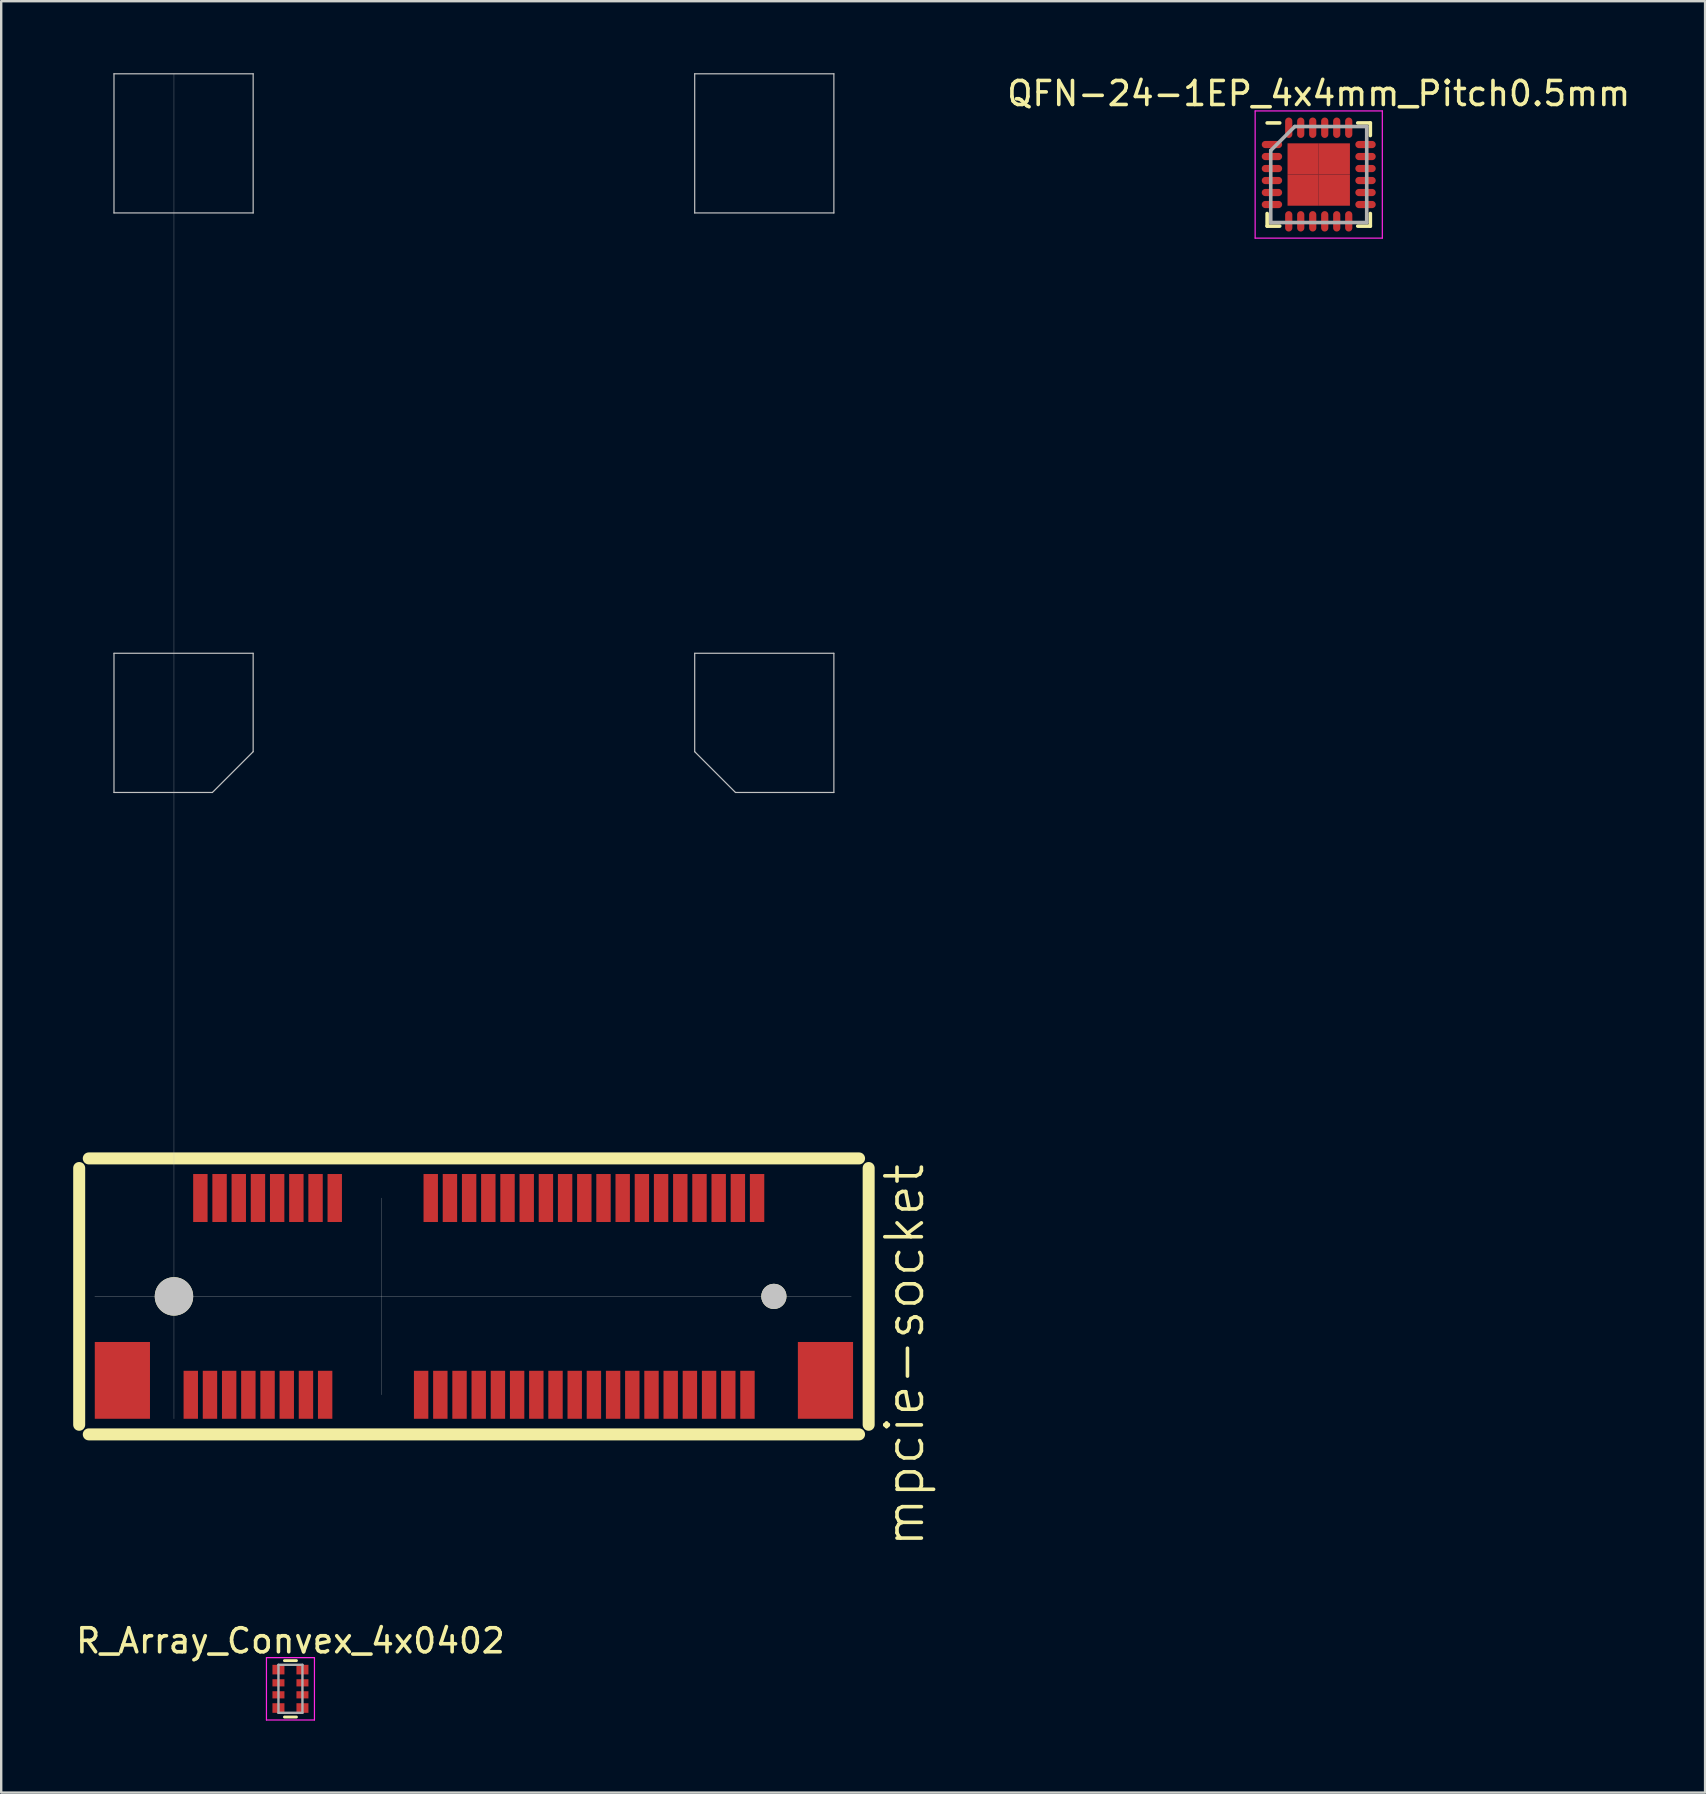
<source format=kicad_pcb>
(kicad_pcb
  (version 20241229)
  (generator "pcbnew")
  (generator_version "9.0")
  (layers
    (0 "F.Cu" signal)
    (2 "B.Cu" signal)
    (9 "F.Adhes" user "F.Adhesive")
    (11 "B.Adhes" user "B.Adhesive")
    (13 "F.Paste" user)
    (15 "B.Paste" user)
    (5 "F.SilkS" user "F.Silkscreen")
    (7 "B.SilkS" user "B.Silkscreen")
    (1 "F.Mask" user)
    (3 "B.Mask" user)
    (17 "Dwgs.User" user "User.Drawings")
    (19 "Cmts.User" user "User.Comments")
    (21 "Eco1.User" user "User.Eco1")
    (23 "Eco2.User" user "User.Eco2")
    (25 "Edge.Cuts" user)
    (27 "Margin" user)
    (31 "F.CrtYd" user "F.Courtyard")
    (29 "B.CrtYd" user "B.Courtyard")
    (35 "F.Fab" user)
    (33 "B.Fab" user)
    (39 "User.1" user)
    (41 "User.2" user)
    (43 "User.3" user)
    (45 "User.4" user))
  (footprint "QFN-24-1EP_4x4mm_Pitch0.5mm"
    (layer "F.Cu")
    (at 51.906 4.223)
    (property "Reference" "QFN-24-1EP_4x4mm_Pitch0.5mm" (at 0 -3.375 0) (layer "F.SilkS") (effects (font (size 1 1) (thickness 0.15))))
    (attr smd)
    (fp_line (start -2.15 -2.15) (end -1.625 -2.15) (stroke (width 0.15) (type solid)) (layer "F.SilkS"))
    (fp_line (start -2.15 2.15) (end -2.15 1.625) (stroke (width 0.15) (type solid)) (layer "F.SilkS"))
    (fp_line (start -2.15 2.15) (end -1.625 2.15) (stroke (width 0.15) (type solid)) (layer "F.SilkS"))
    (fp_line (start 2.15 -2.15) (end 1.625 -2.15) (stroke (width 0.15) (type solid)) (layer "F.SilkS"))
    (fp_line (start 2.15 -2.15) (end 2.15 -1.625) (stroke (width 0.15) (type solid)) (layer "F.SilkS"))
    (fp_line (start 2.15 2.15) (end 1.625 2.15) (stroke (width 0.15) (type solid)) (layer "F.SilkS"))
    (fp_line (start 2.15 2.15) (end 2.15 1.625) (stroke (width 0.15) (type solid)) (layer "F.SilkS"))
    (fp_line (start -2.65 -2.65) (end -2.65 2.65) (stroke (width 0.05) (type solid)) (layer "F.CrtYd"))
    (fp_line (start -2.65 -2.65) (end 2.65 -2.65) (stroke (width 0.05) (type solid)) (layer "F.CrtYd"))
    (fp_line (start -2.65 2.65) (end 2.65 2.65) (stroke (width 0.05) (type solid)) (layer "F.CrtYd"))
    (fp_line (start 2.65 -2.65) (end 2.65 2.65) (stroke (width 0.05) (type solid)) (layer "F.CrtYd"))
    (fp_line (start -2 -1) (end -1 -2) (stroke (width 0.15) (type solid)) (layer "F.Fab"))
    (fp_line (start -2 2) (end -2 -1) (stroke (width 0.15) (type solid)) (layer "F.Fab"))
    (fp_line (start -1 -2) (end 2 -2) (stroke (width 0.15) (type solid)) (layer "F.Fab"))
    (fp_line (start 2 -2) (end 2 2) (stroke (width 0.15) (type solid)) (layer "F.Fab"))
    (fp_line (start 2 2) (end -2 2) (stroke (width 0.15) (type solid)) (layer "F.Fab"))
    (pad "1" smd oval (at -1.95 -1.25) (size 0.85 0.3) (layers "F.Cu" "F.Mask" "F.Paste"))
    (pad "2" smd oval (at -1.95 -0.75) (size 0.85 0.3) (layers "F.Cu" "F.Mask" "F.Paste"))
    (pad "3" smd oval (at -1.95 -0.25) (size 0.85 0.3) (layers "F.Cu" "F.Mask" "F.Paste"))
    (pad "4" smd oval (at -1.95 0.25) (size 0.85 0.3) (layers "F.Cu" "F.Mask" "F.Paste"))
    (pad "5" smd oval (at -1.95 0.75) (size 0.85 0.3) (layers "F.Cu" "F.Mask" "F.Paste"))
    (pad "6" smd oval (at -1.95 1.25) (size 0.85 0.3) (layers "F.Cu" "F.Mask" "F.Paste"))
    (pad "7" smd oval (at -1.25 1.95 90) (size 0.85 0.3) (layers "F.Cu" "F.Mask" "F.Paste"))
    (pad "8" smd oval (at -0.75 1.95 90) (size 0.85 0.3) (layers "F.Cu" "F.Mask" "F.Paste"))
    (pad "9" smd oval (at -0.25 1.95 90) (size 0.85 0.3) (layers "F.Cu" "F.Mask" "F.Paste"))
    (pad "10" smd oval (at 0.25 1.95 90) (size 0.85 0.3) (layers "F.Cu" "F.Mask" "F.Paste"))
    (pad "11" smd oval (at 0.75 1.95 90) (size 0.85 0.3) (layers "F.Cu" "F.Mask" "F.Paste"))
    (pad "12" smd oval (at 1.25 1.95 90) (size 0.85 0.3) (layers "F.Cu" "F.Mask" "F.Paste"))
    (pad "13" smd oval (at 1.95 1.25) (size 0.85 0.3) (layers "F.Cu" "F.Mask" "F.Paste"))
    (pad "14" smd oval (at 1.95 0.75) (size 0.85 0.3) (layers "F.Cu" "F.Mask" "F.Paste"))
    (pad "15" smd oval (at 1.95 0.25) (size 0.85 0.3) (layers "F.Cu" "F.Mask" "F.Paste"))
    (pad "16" smd oval (at 1.95 -0.25) (size 0.85 0.3) (layers "F.Cu" "F.Mask" "F.Paste"))
    (pad "17" smd oval (at 1.95 -0.75) (size 0.85 0.3) (layers "F.Cu" "F.Mask" "F.Paste"))
    (pad "18" smd oval (at 1.95 -1.25) (size 0.85 0.3) (layers "F.Cu" "F.Mask" "F.Paste"))
    (pad "19" smd oval (at 1.25 -1.95 90) (size 0.85 0.3) (layers "F.Cu" "F.Mask" "F.Paste"))
    (pad "20" smd oval (at 0.75 -1.95 90) (size 0.85 0.3) (layers "F.Cu" "F.Mask" "F.Paste"))
    (pad "21" smd oval (at 0.25 -1.95 90) (size 0.85 0.3) (layers "F.Cu" "F.Mask" "F.Paste"))
    (pad "22" smd oval (at -0.25 -1.95 90) (size 0.85 0.3) (layers "F.Cu" "F.Mask" "F.Paste"))
    (pad "23" smd oval (at -0.75 -1.95 90) (size 0.85 0.3) (layers "F.Cu" "F.Mask" "F.Paste"))
    (pad "24" smd oval (at -1.25 -1.95 90) (size 0.85 0.3) (layers "F.Cu" "F.Mask" "F.Paste"))
    (pad "25" smd rect (at -0.65 -0.65) (size 1.3 1.3) (layers "F.Cu" "F.Mask" "F.Paste"))
    (pad "25" smd rect (at -0.65 0.65) (size 1.3 1.3) (layers "F.Cu" "F.Mask" "F.Paste"))
    (pad "25" smd rect (at 0.65 -0.65) (size 1.3 1.3) (layers "F.Cu" "F.Mask" "F.Paste"))
    (pad "25" smd rect (at 0.65 0.65) (size 1.3 1.3) (layers "F.Cu" "F.Mask" "F.Paste")))
  (footprint "mpcie-socket"
    (layer "F.Cu")
    (at 4.2 50.975)
    (property "Reference" "mpcie-socket" (at 30.45 2.45 90) (layer "F.SilkS") (effects (font (size 1.524 1.524) (thickness 0.15))))
    (attr through_hole)
    (fp_line (start -3.95 -5.35) (end -3.95 5.35) (stroke (width 0.5) (type solid)) (layer "F.SilkS"))
    (fp_line (start -3.55 5.75) (end 28.55 5.75) (stroke (width 0.5) (type solid)) (layer "F.SilkS"))
    (fp_line (start 28.55 -5.75) (end -3.55 -5.75) (stroke (width 0.5) (type solid)) (layer "F.SilkS"))
    (fp_line (start 28.95 5.35) (end 28.95 -5.35) (stroke (width 0.5) (type solid)) (layer "F.SilkS"))
    (fp_line (start -3.3 0) (end 28.225 0) (stroke (width 0.01) (type solid)) (layer "Dwgs.User"))
    (fp_line (start -2.5 -50.95) (end -2.5 -45.15) (stroke (width 0.05) (type solid)) (layer "Dwgs.User"))
    (fp_line (start -2.5 -50.95) (end 3.3 -50.95) (stroke (width 0.05) (type solid)) (layer "Dwgs.User"))
    (fp_line (start -2.5 -45.15) (end 3.3 -45.15) (stroke (width 0.05) (type solid)) (layer "Dwgs.User"))
    (fp_line (start -2.5 -26.8) (end -2.5 -21) (stroke (width 0.05) (type solid)) (layer "Dwgs.User"))
    (fp_line (start -2.5 -21) (end 1.6 -21) (stroke (width 0.05) (type solid)) (layer "Dwgs.User"))
    (fp_line (start 0 -50.95) (end 0 5.1) (stroke (width 0.01) (type solid)) (layer "Dwgs.User"))
    (fp_line (start 3.3 -50.95) (end 3.3 -45.15) (stroke (width 0.05) (type solid)) (layer "Dwgs.User"))
    (fp_line (start 3.3 -26.8) (end -2.5 -26.8) (stroke (width 0.05) (type solid)) (layer "Dwgs.User"))
    (fp_line (start 3.3 -22.7) (end 1.6 -21) (stroke (width 0.05) (type solid)) (layer "Dwgs.User"))
    (fp_line (start 3.3 -22.7) (end 3.3 -26.8) (stroke (width 0.05) (type solid)) (layer "Dwgs.User"))
    (fp_line (start 8.65 4.1) (end 8.65 -4.1) (stroke (width 0.01) (type solid)) (layer "Dwgs.User"))
    (fp_line (start 21.7 -50.95) (end 21.7 -45.15) (stroke (width 0.05) (type solid)) (layer "Dwgs.User"))
    (fp_line (start 21.7 -50.95) (end 27.5 -50.95) (stroke (width 0.05) (type solid)) (layer "Dwgs.User"))
    (fp_line (start 21.7 -45.15) (end 27.5 -45.15) (stroke (width 0.05) (type solid)) (layer "Dwgs.User"))
    (fp_line (start 21.7 -26.8) (end 27.5 -26.8) (stroke (width 0.05) (type solid)) (layer "Dwgs.User"))
    (fp_line (start 21.7 -22.7) (end 21.7 -26.8) (stroke (width 0.05) (type solid)) (layer "Dwgs.User"))
    (fp_line (start 21.7 -22.7) (end 23.4 -21) (stroke (width 0.05) (type solid)) (layer "Dwgs.User"))
    (fp_line (start 27.5 -50.95) (end 27.5 -45.15) (stroke (width 0.05) (type solid)) (layer "Dwgs.User"))
    (fp_line (start 27.5 -26.8) (end 27.5 -21) (stroke (width 0.05) (type solid)) (layer "Dwgs.User"))
    (fp_line (start 27.5 -21) (end 23.4 -21) (stroke (width 0.05) (type solid)) (layer "Dwgs.User"))
    (pad "" smd rect (at -2.15 3.5) (size 2.3 3.2) (layers "F.Cu" "F.Mask" "F.Paste"))
    (pad "" connect circle (at 0 0) (size 1.6 1.6) (layers "F.SilkS" "Dwgs.User"))
    (pad "" connect circle (at 25 0) (size 1.05 1.05) (layers "F.SilkS" "Dwgs.User"))
    (pad "" smd rect (at 27.15 3.5) (size 2.3 3.2) (layers "F.Cu" "F.Mask" "F.Paste"))
    (pad "1" smd rect (at 0.7 4.1) (size 0.6 2) (layers "F.Cu" "F.Mask" "F.Paste"))
    (pad "2" smd rect (at 1.1 -4.1) (size 0.6 2) (layers "F.Cu" "F.Mask" "F.Paste"))
    (pad "3" smd rect (at 1.5 4.1) (size 0.6 2) (layers "F.Cu" "F.Mask" "F.Paste"))
    (pad "4" smd rect (at 1.9 -4.1) (size 0.6 2) (layers "F.Cu" "F.Mask" "F.Paste"))
    (pad "5" smd rect (at 2.3 4.1) (size 0.6 2) (layers "F.Cu" "F.Mask" "F.Paste"))
    (pad "6" smd rect (at 2.7 -4.1) (size 0.6 2) (layers "F.Cu" "F.Mask" "F.Paste"))
    (pad "7" smd rect (at 3.1 4.1) (size 0.6 2) (layers "F.Cu" "F.Mask" "F.Paste"))
    (pad "8" smd rect (at 3.5 -4.1) (size 0.6 2) (layers "F.Cu" "F.Mask" "F.Paste"))
    (pad "9" smd rect (at 3.9 4.1) (size 0.6 2) (layers "F.Cu" "F.Mask" "F.Paste"))
    (pad "10" smd rect (at 4.3 -4.1) (size 0.6 2) (layers "F.Cu" "F.Mask" "F.Paste"))
    (pad "11" smd rect (at 4.7 4.1) (size 0.6 2) (layers "F.Cu" "F.Mask" "F.Paste"))
    (pad "12" smd rect (at 5.1 -4.1) (size 0.6 2) (layers "F.Cu" "F.Mask" "F.Paste"))
    (pad "13" smd rect (at 5.5 4.1) (size 0.6 2) (layers "F.Cu" "F.Mask" "F.Paste"))
    (pad "14" smd rect (at 5.9 -4.1) (size 0.6 2) (layers "F.Cu" "F.Mask" "F.Paste"))
    (pad "15" smd rect (at 6.3 4.1) (size 0.6 2) (layers "F.Cu" "F.Mask" "F.Paste"))
    (pad "16" smd rect (at 6.7 -4.1) (size 0.6 2) (layers "F.Cu" "F.Mask" "F.Paste"))
    (pad "17" smd rect (at 10.3 4.1) (size 0.6 2) (layers "F.Cu" "F.Mask" "F.Paste"))
    (pad "18" smd rect (at 10.7 -4.1) (size 0.6 2) (layers "F.Cu" "F.Mask" "F.Paste"))
    (pad "19" smd rect (at 11.1 4.1) (size 0.6 2) (layers "F.Cu" "F.Mask" "F.Paste"))
    (pad "20" smd rect (at 11.5 -4.1) (size 0.6 2) (layers "F.Cu" "F.Mask" "F.Paste"))
    (pad "21" smd rect (at 11.9 4.1) (size 0.6 2) (layers "F.Cu" "F.Mask" "F.Paste"))
    (pad "22" smd rect (at 12.3 -4.1) (size 0.6 2) (layers "F.Cu" "F.Mask" "F.Paste"))
    (pad "23" smd rect (at 12.7 4.1) (size 0.6 2) (layers "F.Cu" "F.Mask" "F.Paste"))
    (pad "24" smd rect (at 13.1 -4.1) (size 0.6 2) (layers "F.Cu" "F.Mask" "F.Paste"))
    (pad "25" smd rect (at 13.5 4.1) (size 0.6 2) (layers "F.Cu" "F.Mask" "F.Paste"))
    (pad "26" smd rect (at 13.9 -4.1) (size 0.6 2) (layers "F.Cu" "F.Mask" "F.Paste"))
    (pad "27" smd rect (at 14.3 4.1) (size 0.6 2) (layers "F.Cu" "F.Mask" "F.Paste"))
    (pad "28" smd rect (at 14.7 -4.1) (size 0.6 2) (layers "F.Cu" "F.Mask" "F.Paste"))
    (pad "29" smd rect (at 15.1 4.1) (size 0.6 2) (layers "F.Cu" "F.Mask" "F.Paste"))
    (pad "30" smd rect (at 15.5 -4.1) (size 0.6 2) (layers "F.Cu" "F.Mask" "F.Paste"))
    (pad "31" smd rect (at 15.9 4.1) (size 0.6 2) (layers "F.Cu" "F.Mask" "F.Paste"))
    (pad "32" smd rect (at 16.3 -4.1) (size 0.6 2) (layers "F.Cu" "F.Mask" "F.Paste"))
    (pad "33" smd rect (at 16.7 4.1) (size 0.6 2) (layers "F.Cu" "F.Mask" "F.Paste"))
    (pad "34" smd rect (at 17.1 -4.1) (size 0.6 2) (layers "F.Cu" "F.Mask" "F.Paste"))
    (pad "35" smd rect (at 17.5 4.1) (size 0.6 2) (layers "F.Cu" "F.Mask" "F.Paste"))
    (pad "36" smd rect (at 17.9 -4.1) (size 0.6 2) (layers "F.Cu" "F.Mask" "F.Paste"))
    (pad "37" smd rect (at 18.3 4.1) (size 0.6 2) (layers "F.Cu" "F.Mask" "F.Paste"))
    (pad "38" smd rect (at 18.7 -4.1) (size 0.6 2) (layers "F.Cu" "F.Mask" "F.Paste"))
    (pad "39" smd rect (at 19.1 4.1) (size 0.6 2) (layers "F.Cu" "F.Mask" "F.Paste"))
    (pad "40" smd rect (at 19.5 -4.1) (size 0.6 2) (layers "F.Cu" "F.Mask" "F.Paste"))
    (pad "41" smd rect (at 19.9 4.1) (size 0.6 2) (layers "F.Cu" "F.Mask" "F.Paste"))
    (pad "42" smd rect (at 20.3 -4.1) (size 0.6 2) (layers "F.Cu" "F.Mask" "F.Paste"))
    (pad "43" smd rect (at 20.7 4.1) (size 0.6 2) (layers "F.Cu" "F.Mask" "F.Paste"))
    (pad "44" smd rect (at 21.1 -4.1) (size 0.6 2) (layers "F.Cu" "F.Mask" "F.Paste"))
    (pad "45" smd rect (at 21.5 4.1) (size 0.6 2) (layers "F.Cu" "F.Mask" "F.Paste"))
    (pad "46" smd rect (at 21.9 -4.1) (size 0.6 2) (layers "F.Cu" "F.Mask" "F.Paste"))
    (pad "47" smd rect (at 22.3 4.1) (size 0.6 2) (layers "F.Cu" "F.Mask" "F.Paste"))
    (pad "48" smd rect (at 22.7 -4.1) (size 0.6 2) (layers "F.Cu" "F.Mask" "F.Paste"))
    (pad "49" smd rect (at 23.1 4.1) (size 0.6 2) (layers "F.Cu" "F.Mask" "F.Paste"))
    (pad "50" smd rect (at 23.5 -4.1) (size 0.6 2) (layers "F.Cu" "F.Mask" "F.Paste"))
    (pad "51" smd rect (at 23.9 4.1) (size 0.6 2) (layers "F.Cu" "F.Mask" "F.Paste"))
    (pad "52" smd rect (at 24.3 -4.1) (size 0.6 2) (layers "F.Cu" "F.Mask" "F.Paste")))
  (footprint "R_Array_Convex_4x0402"
    (layer "F.Cu")
    (at 9.054 67.329)
    (property "Reference" "R_Array_Convex_4x0402" (at 0 -2 0) (layer "F.SilkS") (effects (font (size 1 1) (thickness 0.15))))
    (attr smd)
    (fp_line (start 0.25 -1.175) (end -0.25 -1.175) (stroke (width 0.12) (type solid)) (layer "F.SilkS"))
    (fp_line (start 0.25 1.175) (end -0.25 1.175) (stroke (width 0.12) (type solid)) (layer "F.SilkS"))
    (fp_line (start -1 -1.3) (end -1 1.3) (stroke (width 0.05) (type solid)) (layer "F.CrtYd"))
    (fp_line (start -1 -1.3) (end 1 -1.3) (stroke (width 0.05) (type solid)) (layer "F.CrtYd"))
    (fp_line (start -1 1.3) (end 1 1.3) (stroke (width 0.05) (type solid)) (layer "F.CrtYd"))
    (fp_line (start 1 -1.3) (end 1 1.3) (stroke (width 0.05) (type solid)) (layer "F.CrtYd"))
    (fp_line (start -0.5 -1) (end 0.5 -1) (stroke (width 0.1) (type solid)) (layer "F.Fab"))
    (fp_line (start -0.5 1) (end -0.5 -1) (stroke (width 0.1) (type solid)) (layer "F.Fab"))
    (fp_line (start 0.5 -1) (end 0.5 1) (stroke (width 0.1) (type solid)) (layer "F.Fab"))
    (fp_line (start 0.5 1) (end -0.5 1) (stroke (width 0.1) (type solid)) (layer "F.Fab"))
    (pad "1" smd rect (at -0.5 -0.8) (size 0.5 0.4) (layers "F.Cu" "F.Mask" "F.Paste"))
    (pad "2" smd rect (at -0.5 -0.25) (size 0.5 0.3) (layers "F.Cu" "F.Mask" "F.Paste"))
    (pad "3" smd rect (at -0.5 0.25) (size 0.5 0.3) (layers "F.Cu" "F.Mask" "F.Paste"))
    (pad "4" smd rect (at -0.5 0.8) (size 0.5 0.4) (layers "F.Cu" "F.Mask" "F.Paste"))
    (pad "5" smd rect (at 0.5 0.8) (size 0.5 0.4) (layers "F.Cu" "F.Mask" "F.Paste"))
    (pad "6" smd rect (at 0.5 0.25) (size 0.5 0.3) (layers "F.Cu" "F.Mask" "F.Paste"))
    (pad "7" smd rect (at 0.5 -0.25) (size 0.5 0.3) (layers "F.Cu" "F.Mask" "F.Paste"))
    (pad "8" smd rect (at 0.5 -0.8) (size 0.5 0.4) (layers "F.Cu" "F.Mask" "F.Paste")))
  (gr_rect
    (start -3 -3)
    (end 68.007 71.654)
    (stroke (width 0.1) (type default))
    (fill no)
    (layer "Edge.Cuts")))
</source>
